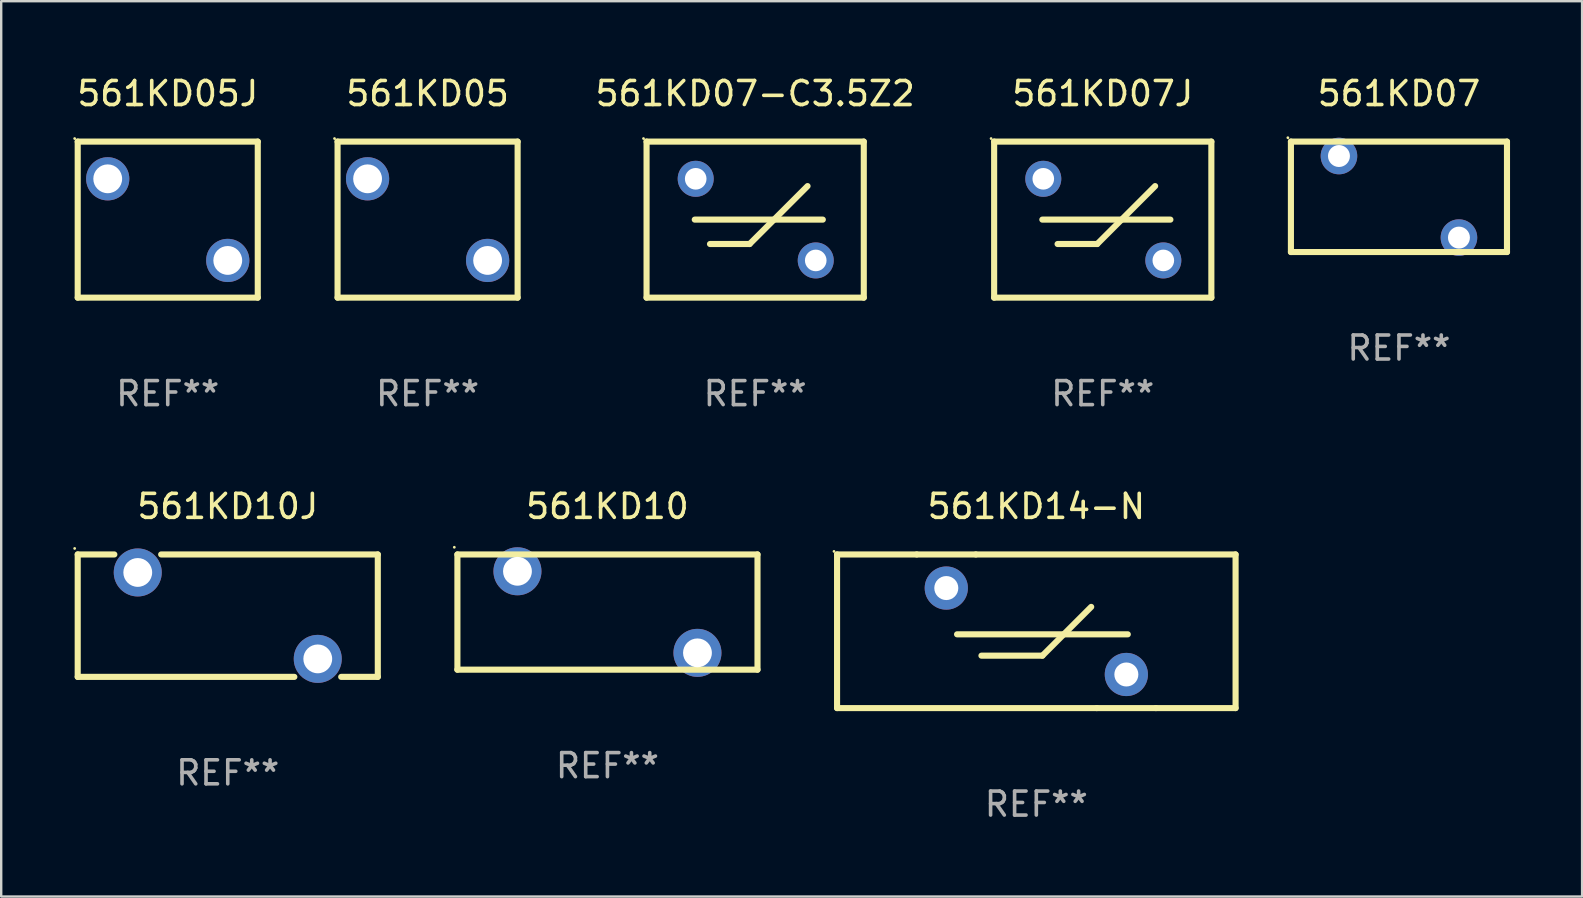
<source format=kicad_pcb>
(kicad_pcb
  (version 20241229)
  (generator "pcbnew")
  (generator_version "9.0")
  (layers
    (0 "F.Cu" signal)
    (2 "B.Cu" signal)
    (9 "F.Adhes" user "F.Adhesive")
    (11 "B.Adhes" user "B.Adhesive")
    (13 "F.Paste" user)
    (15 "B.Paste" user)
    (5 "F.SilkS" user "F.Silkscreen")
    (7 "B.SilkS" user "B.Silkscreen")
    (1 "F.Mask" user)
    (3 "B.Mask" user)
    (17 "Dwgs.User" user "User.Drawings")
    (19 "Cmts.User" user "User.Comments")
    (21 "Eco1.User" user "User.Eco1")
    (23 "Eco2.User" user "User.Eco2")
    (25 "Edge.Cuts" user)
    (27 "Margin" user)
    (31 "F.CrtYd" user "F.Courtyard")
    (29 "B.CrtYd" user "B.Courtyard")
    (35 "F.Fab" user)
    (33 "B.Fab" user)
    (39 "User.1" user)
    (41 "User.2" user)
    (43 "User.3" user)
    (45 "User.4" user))
  (footprint "561KD07J"
    (layer "F.Cu")
    (at 42.884 6.098)
    (property "Reference" "561KD07J" (at 0 -5.25 0) (layer "F.SilkS") (effects (font (size 1 1) (thickness 0.15))))
    (attr through_hole)
    (fp_line (start -4.524 -3.25) (end -4.524 3.25) (stroke (width 0.254) (type solid)) (layer "F.SilkS"))
    (fp_line (start -4.524 -3.25) (end 4.524 -3.25) (stroke (width 0.254) (type solid)) (layer "F.SilkS"))
    (fp_line (start -4.524 3.25) (end 4.524 3.25) (stroke (width 0.254) (type solid)) (layer "F.SilkS"))
    (fp_line (start -2.517 0.000013) (end 2.818 0.000013) (stroke (width 0.254) (type solid)) (layer "F.SilkS"))
    (fp_line (start -1.882 1.016) (end -0.231 1.016) (stroke (width 0.254) (type solid)) (layer "F.SilkS"))
    (fp_line (start -0.231 1.016) (end 2.182 -1.397) (stroke (width 0.254) (type solid)) (layer "F.SilkS"))
    (fp_line (start 4.524 -3.25) (end 4.524 3.25) (stroke (width 0.254) (type solid)) (layer "F.SilkS"))
    (fp_circle (center -4.651 -3.377) (end -4.621 -3.377) (stroke (width 0.06) (type solid)) (fill no) (layer "F.SilkS"))
    (fp_text user "REF**" (at 0 7.25 0) (layer "F.Fab") (effects (font (size 1 1) (thickness 0.15))))
    (pad "1" thru_hole circle (at -2.477 -1.7) (size 1.5 1.5) (drill 0.9) (layers "*.Cu" "*.Mask"))
    (pad "2" thru_hole circle (at 2.523 1.7) (size 1.5 1.5) (drill 0.9) (layers "*.Cu" "*.Mask")))
  (footprint "561KD05J"
    (layer "F.Cu")
    (at 3.937 6.098)
    (property "Reference" "561KD05J" (at 0 -5.25 0) (layer "F.SilkS") (effects (font (size 1 1) (thickness 0.15))))
    (attr through_hole)
    (fp_line (start -3.75 -3.25) (end 3.75 -3.25) (stroke (width 0.254) (type solid)) (layer "F.SilkS"))
    (fp_line (start -3.75 3.25) (end -3.75 -3.25) (stroke (width 0.254) (type solid)) (layer "F.SilkS"))
    (fp_line (start 3.75 -3.25) (end 3.75 3.25) (stroke (width 0.254) (type solid)) (layer "F.SilkS"))
    (fp_line (start 3.75 3.25) (end -3.75 3.25) (stroke (width 0.254) (type solid)) (layer "F.SilkS"))
    (fp_circle (center -3.877 -3.377) (end -3.847 -3.377) (stroke (width 0.06) (type solid)) (fill no) (layer "F.SilkS"))
    (fp_text user "REF**" (at 0 7.25 0) (layer "F.Fab") (effects (font (size 1 1) (thickness 0.15))))
    (pad "1" thru_hole circle (at -2.5 -1.7) (size 1.8 1.8) (drill 1.2) (layers "*.Cu" "*.Mask"))
    (pad "2" thru_hole circle (at 2.5 1.7) (size 1.8 1.8) (drill 1.2) (layers "*.Cu" "*.Mask")))
  (footprint "561KD07-C3.5Z2"
    (layer "F.Cu")
    (at 28.406 6.098)
    (property "Reference" "561KD07-C3.5Z2" (at 0 -5.25 0) (layer "F.SilkS") (effects (font (size 1 1) (thickness 0.15))))
    (attr through_hole)
    (fp_line (start -4.524 -3.25) (end -4.524 3.25) (stroke (width 0.254) (type solid)) (layer "F.SilkS"))
    (fp_line (start -4.524 -3.25) (end 4.524 -3.25) (stroke (width 0.254) (type solid)) (layer "F.SilkS"))
    (fp_line (start -4.524 3.25) (end 4.524 3.25) (stroke (width 0.254) (type solid)) (layer "F.SilkS"))
    (fp_line (start -2.517 0.000013) (end 2.818 0.000013) (stroke (width 0.254) (type solid)) (layer "F.SilkS"))
    (fp_line (start -1.882 1.016) (end -0.231 1.016) (stroke (width 0.254) (type solid)) (layer "F.SilkS"))
    (fp_line (start -0.231 1.016) (end 2.182 -1.397) (stroke (width 0.254) (type solid)) (layer "F.SilkS"))
    (fp_line (start 4.524 -3.25) (end 4.524 3.25) (stroke (width 0.254) (type solid)) (layer "F.SilkS"))
    (fp_circle (center -4.651 -3.377) (end -4.621 -3.377) (stroke (width 0.06) (type solid)) (fill no) (layer "F.SilkS"))
    (fp_text user "REF**" (at 0 7.25 0) (layer "F.Fab") (effects (font (size 1 1) (thickness 0.15))))
    (pad "1" thru_hole circle (at -2.477 -1.7) (size 1.5 1.5) (drill 0.9) (layers "*.Cu" "*.Mask"))
    (pad "2" thru_hole circle (at 2.523 1.7) (size 1.5 1.5) (drill 0.9) (layers "*.Cu" "*.Mask")))
  (footprint "561KD05"
    (layer "F.Cu")
    (at 14.761 6.098)
    (property "Reference" "561KD05" (at 0 -5.25 0) (layer "F.SilkS") (effects (font (size 1 1) (thickness 0.15))))
    (attr through_hole)
    (fp_line (start -3.75 -3.25) (end 3.75 -3.25) (stroke (width 0.254) (type solid)) (layer "F.SilkS"))
    (fp_line (start -3.75 3.25) (end -3.75 -3.25) (stroke (width 0.254) (type solid)) (layer "F.SilkS"))
    (fp_line (start 3.75 -3.25) (end 3.75 3.25) (stroke (width 0.254) (type solid)) (layer "F.SilkS"))
    (fp_line (start 3.75 3.25) (end -3.75 3.25) (stroke (width 0.254) (type solid)) (layer "F.SilkS"))
    (fp_circle (center -3.877 -3.377) (end -3.847 -3.377) (stroke (width 0.06) (type solid)) (fill no) (layer "F.SilkS"))
    (fp_text user "REF**" (at 0 7.25 0) (layer "F.Fab") (effects (font (size 1 1) (thickness 0.15))))
    (pad "1" thru_hole circle (at -2.5 -1.7) (size 1.8 1.8) (drill 1.2) (layers "*.Cu" "*.Mask"))
    (pad "2" thru_hole circle (at 2.5 1.7) (size 1.8 1.8) (drill 1.2) (layers "*.Cu" "*.Mask")))
  (footprint "561KD10"
    (layer "F.Cu")
    (at 22.252 22.445)
    (property "Reference" "561KD10" (at 0 -4.4 0) (layer "F.SilkS") (effects (font (size 1 1) (thickness 0.15))))
    (attr through_hole)
    (fp_line (start -6.249 -2.4) (end 6.251 -2.4) (stroke (width 0.254) (type solid)) (layer "F.SilkS"))
    (fp_line (start -6.249 2.4) (end -6.249 -2.4) (stroke (width 0.254) (type solid)) (layer "F.SilkS"))
    (fp_line (start 6.251 -2.4) (end 6.251 2.4) (stroke (width 0.254) (type solid)) (layer "F.SilkS"))
    (fp_line (start 6.251 2.4) (end -6.251 2.4) (stroke (width 0.254) (type solid)) (layer "F.SilkS"))
    (fp_circle (center -6.378 -2.699) (end -6.348 -2.699) (stroke (width 0.06) (type solid)) (fill no) (layer "F.SilkS"))
    (fp_text user "REF**" (at 0 6.4 0) (layer "F.Fab") (effects (font (size 1 1) (thickness 0.15))))
    (pad "1" thru_hole circle (at -3.748 -1.699) (size 2 2) (drill 1.2) (layers "*.Cu" "*.Mask"))
    (pad "2" thru_hole circle (at 3.75 1.699) (size 2 2) (drill 1.2) (layers "*.Cu" "*.Mask")))
  (footprint "561KD10J"
    (layer "F.Cu")
    (at 6.437 22.595)
    (property "Reference" "561KD10J" (at 0 -4.55 0) (layer "F.SilkS") (effects (font (size 1 1) (thickness 0.15))))
    (attr through_hole)
    (fp_line (start -6.25 -2.55) (end -4.724 -2.55) (stroke (width 0.254) (type solid)) (layer "F.SilkS"))
    (fp_line (start -6.25 2.55) (end -6.25 -2.55) (stroke (width 0.254) (type solid)) (layer "F.SilkS"))
    (fp_line (start -2.774 -2.55) (end 6.25 -2.55) (stroke (width 0.254) (type solid)) (layer "F.SilkS"))
    (fp_line (start 2.774 2.55) (end -6.25 2.55) (stroke (width 0.254) (type solid)) (layer "F.SilkS"))
    (fp_line (start 6.25 -2.55) (end 6.25 2.55) (stroke (width 0.254) (type solid)) (layer "F.SilkS"))
    (fp_line (start 6.25 2.55) (end 4.725 2.55) (stroke (width 0.254) (type solid)) (layer "F.SilkS"))
    (fp_circle (center -6.377 -2.8) (end -6.347 -2.8) (stroke (width 0.06) (type solid)) (fill no) (layer "F.SilkS"))
    (fp_text user "REF**" (at 0 6.55 0) (layer "F.Fab") (effects (font (size 1 1) (thickness 0.15))))
    (pad "1" thru_hole circle (at -3.749 -1.8) (size 2 2) (drill 1.2) (layers "*.Cu" "*.Mask"))
    (pad "2" thru_hole circle (at 3.749 1.8) (size 2 2) (drill 1.2) (layers "*.Cu" "*.Mask")))
  (footprint "561KD07"
    (layer "F.Cu")
    (at 55.223 5.148)
    (property "Reference" "561KD07" (at 0 -4.3 0) (layer "F.SilkS") (effects (font (size 1 1) (thickness 0.15))))
    (attr through_hole)
    (fp_line (start -4.501 -2.3) (end 4.499 -2.3) (stroke (width 0.254) (type solid)) (layer "F.SilkS"))
    (fp_line (start -4.501 2.3) (end -4.501 -2.3) (stroke (width 0.254) (type solid)) (layer "F.SilkS"))
    (fp_line (start 4.499 -2.3) (end 4.499 2.3) (stroke (width 0.254) (type solid)) (layer "F.SilkS"))
    (fp_line (start 4.501 2.3) (end -4.501 2.3) (stroke (width 0.254) (type solid)) (layer "F.SilkS"))
    (fp_circle (center -4.628 -2.461) (end -4.598 -2.461) (stroke (width 0.06) (type solid)) (fill no) (layer "F.SilkS"))
    (fp_text user "REF**" (at 0 6.3 0) (layer "F.Fab") (effects (font (size 1 1) (thickness 0.15))))
    (pad "1" thru_hole circle (at -2.5 -1.699) (size 1.524 1.524) (drill 0.914) (layers "*.Cu" "*.Mask"))
    (pad "2" thru_hole circle (at 2.498 1.699) (size 1.524 1.524) (drill 0.914) (layers "*.Cu" "*.Mask")))
  (footprint "561KD14-N"
    (layer "F.Cu")
    (at 40.117 23.245)
    (property "Reference" "561KD14-N" (at 0 -5.2 0) (layer "F.SilkS") (effects (font (size 1 1) (thickness 0.15))))
    (attr through_hole)
    (fp_line (start -8.3 -3.2) (end -8.3 3.2) (stroke (width 0.254) (type solid)) (layer "F.SilkS"))
    (fp_line (start -8.3 -3.2) (end -4.981 -3.2) (stroke (width 0.254) (type solid)) (layer "F.SilkS"))
    (fp_line (start -8.3 3.2) (end 2.519 3.2) (stroke (width 0.254) (type solid)) (layer "F.SilkS"))
    (fp_line (start -4.981 -3.2) (end -2.519 -3.2) (stroke (width 0.254) (type solid)) (layer "F.SilkS"))
    (fp_line (start -3.302 0.127) (end 3.81 0.127) (stroke (width 0.254) (type solid)) (layer "F.SilkS"))
    (fp_line (start -2.519 -3.2) (end 8.3 -3.2) (stroke (width 0.254) (type solid)) (layer "F.SilkS"))
    (fp_line (start -2.286 1.016) (end 0.254 1.016) (stroke (width 0.254) (type solid)) (layer "F.SilkS"))
    (fp_line (start 0.254 1.016) (end 2.286 -1.016) (stroke (width 0.254) (type solid)) (layer "F.SilkS"))
    (fp_line (start 4.981 3.2) (end 2.519 3.2) (stroke (width 0.254) (type solid)) (layer "F.SilkS"))
    (fp_line (start 4.981 3.2) (end 8.3 3.2) (stroke (width 0.254) (type solid)) (layer "F.SilkS"))
    (fp_line (start 8.3 -3.2) (end 8.3 3.2) (stroke (width 0.254) (type solid)) (layer "F.SilkS"))
    (fp_circle (center -8.427 -3.327) (end -8.397 -3.327) (stroke (width 0.06) (type solid)) (fill no) (layer "F.SilkS"))
    (fp_text user "REF**" (at 0 7.2 0) (layer "F.Fab") (effects (font (size 1 1) (thickness 0.15))))
    (pad "1" thru_hole circle (at -3.75 -1.8) (size 1.8 1.8) (drill 1) (layers "*.Cu" "*.Mask"))
    (pad "2" thru_hole circle (at 3.75 1.8) (size 1.8 1.8) (drill 1) (layers "*.Cu" "*.Mask")))
  (gr_rect
    (start -3 -3)
    (end 62.851 34.293)
    (stroke (width 0.1) (type default))
    (fill no)
    (layer "Edge.Cuts")))
</source>
